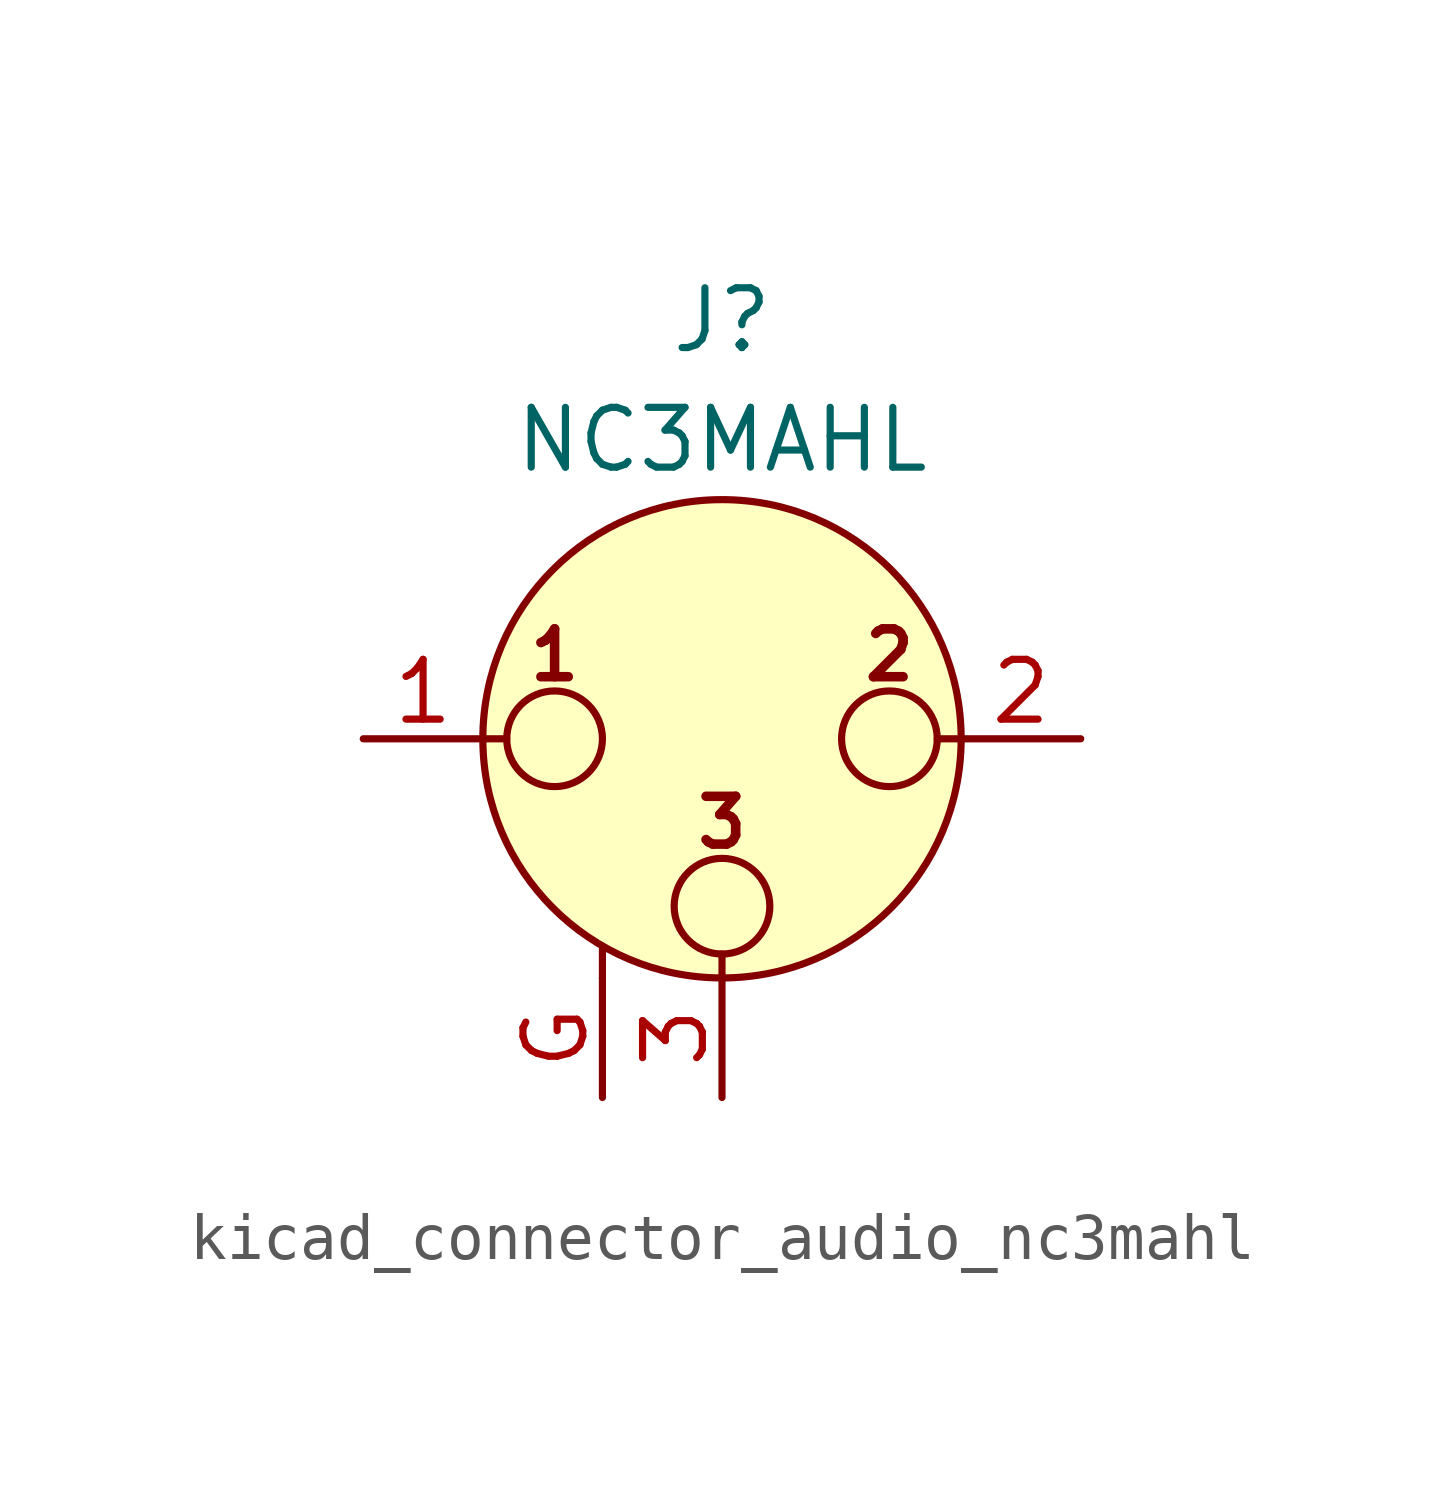
<source format=kicad_sym>
(kicad_symbol_lib
  (version 20220914)
  (generator kicad_symbol_editor)
  (symbol "kicad_connector_audio_nc3mahl"
    (pin_names hide)
    (property "Reference" "J"
      (at 0 8.89 0)
      (effects (font (size 1.27 1.27))))
    (property "Value" "NC3MAHL"
      (at 0 6.35 0)
      (effects (font (size 1.27 1.27))))
    (symbol "kicad_connector_audio_nc3mahl_0_1"
      (circle (center -3.556 0) (radius 1.016) (stroke (width 0) (type default)) (fill (type none)))
      (circle (center 0 -3.556) (radius 1.016) (stroke (width 0) (type default)) (fill (type none)))
      (polyline (pts (xy -5.08 0) (xy -4.572 0)) (stroke (width 0) (type default)) (fill (type none)))
      (polyline (pts (xy -2.54 -5.08) (xy -2.54 -4.445)) (stroke (width 0) (type default)) (fill (type none)))
      (polyline (pts (xy 0 -5.08) (xy 0 -4.572)) (stroke (width 0) (type default)) (fill (type none)))
      (polyline (pts (xy 5.08 0) (xy 4.572 0)) (stroke (width 0) (type default)) (fill (type none)))
      (circle (center 0 0) (radius 5.08) (stroke (width 0) (type default)) (fill (type background)))
      (circle (center 3.556 0) (radius 1.016) (stroke (width 0) (type default)) (fill (type none)))
      (text "1" (at -3.556 1.778 0) (effects (font (size 1.016 1.016) bold)))
      (text "2" (at 3.556 1.778 0) (effects (font (size 1.016 1.016) bold)))
      (text "3" (at 0 -1.778 0) (effects (font (size 1.016 1.016) bold)))
      (pin passive line (at -7.62 0 0) (length 2.54) (name "~" (effects (font (size 1.27 1.27)))) (number "1" (effects (font (size 1.27 1.27)))))
      (pin passive line (at 7.62 0 180) (length 2.54) (name "~" (effects (font (size 1.27 1.27)))) (number "2" (effects (font (size 1.27 1.27)))))
      (pin passive line (at 0 -7.62 90) (length 2.54) (name "~" (effects (font (size 1.27 1.27)))) (number "3" (effects (font (size 1.27 1.27))))))
    (symbol "kicad_connector_audio_nc3mahl_1_1"
      (pin passive line (at -2.54 -7.62 90) (length 2.54) (name "~" (effects (font (size 1.27 1.27)))) (number "G" (effects (font (size 1.27 1.27))))))))
</source>
